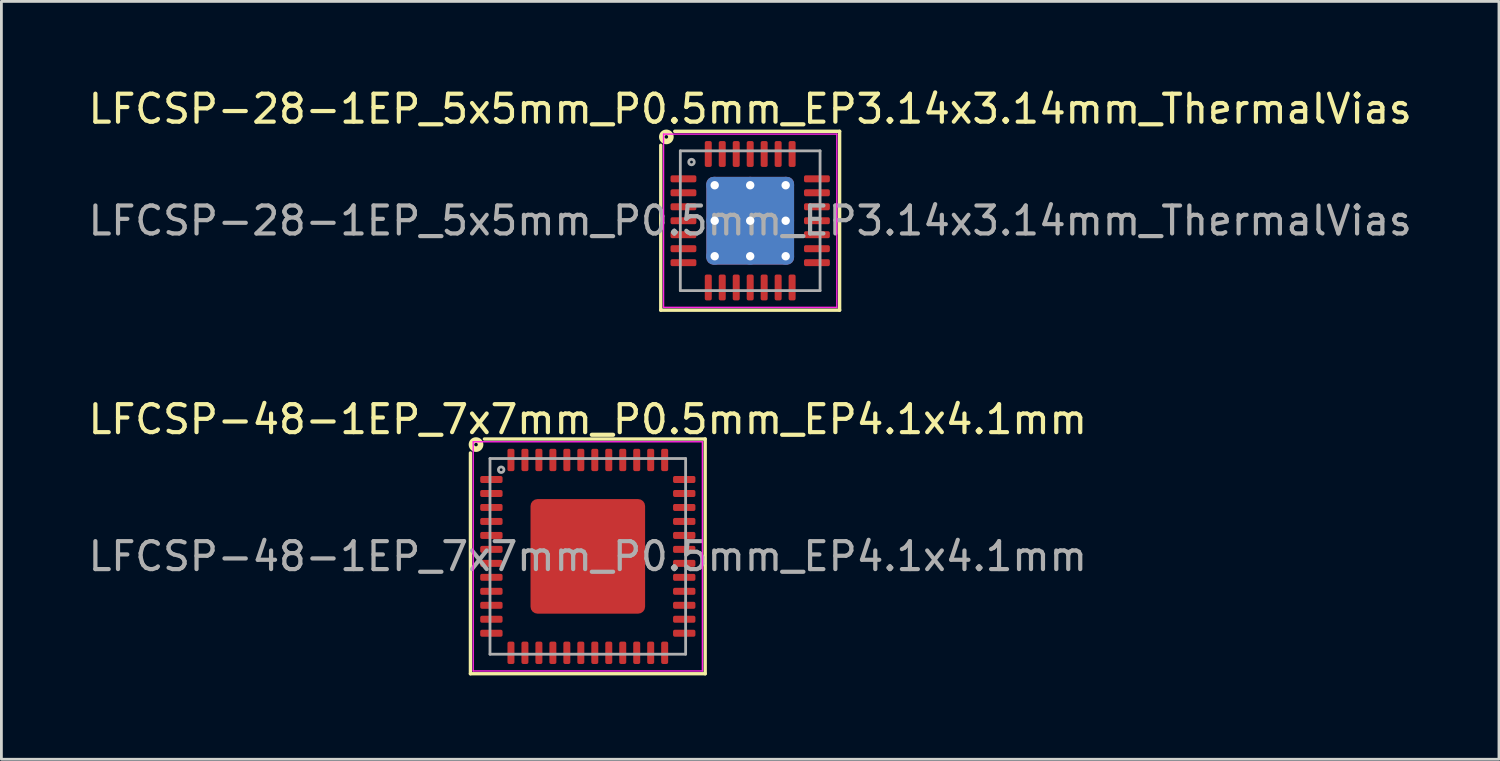
<source format=kicad_pcb>
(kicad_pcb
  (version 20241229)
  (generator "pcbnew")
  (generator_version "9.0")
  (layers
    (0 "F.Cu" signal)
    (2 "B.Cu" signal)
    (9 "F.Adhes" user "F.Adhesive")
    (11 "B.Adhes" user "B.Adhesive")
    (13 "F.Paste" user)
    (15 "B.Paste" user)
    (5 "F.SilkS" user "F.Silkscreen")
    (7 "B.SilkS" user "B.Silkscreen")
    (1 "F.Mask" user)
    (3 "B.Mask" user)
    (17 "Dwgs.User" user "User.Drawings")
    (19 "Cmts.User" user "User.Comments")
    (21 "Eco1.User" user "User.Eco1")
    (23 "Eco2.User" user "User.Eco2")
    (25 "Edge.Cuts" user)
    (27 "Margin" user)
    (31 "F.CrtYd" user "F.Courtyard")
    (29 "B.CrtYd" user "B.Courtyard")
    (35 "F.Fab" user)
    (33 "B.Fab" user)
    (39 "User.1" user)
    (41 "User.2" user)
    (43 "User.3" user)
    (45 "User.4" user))
  (footprint "LFCSP-48-1EP_7x7mm_P0.5mm_EP4.1x4.1mm"
    (layer "F.Cu")
    (at 17.982 16.857)
    (property "Reference" "LFCSP-48-1EP_7x7mm_P0.5mm_EP4.1x4.1mm" (at 0 -4.9 0) (layer "F.SilkS") (effects (font (size 1 1) (thickness 0.15))))
    (attr smd)
    (fp_line (start -4.2 4.2) (end -4.2 -3.7) (stroke (width 0.12) (type solid)) (layer "F.SilkS"))
    (fp_line (start 4.2 -4.2) (end -3.7 -4.2) (stroke (width 0.12) (type solid)) (layer "F.SilkS"))
    (fp_line (start 4.2 -4.2) (end 4.2 4.2) (stroke (width 0.12) (type solid)) (layer "F.SilkS"))
    (fp_line (start 4.2 4.2) (end -4.2 4.2) (stroke (width 0.12) (type solid)) (layer "F.SilkS"))
    (fp_circle (center -4 -4) (end -3.937 -4) (stroke (width 0.2) (type solid)) (fill no) (layer "F.SilkS"))
    (fp_line (start -4.1 -4.1) (end -4.1 4.1) (stroke (width 0.05) (type solid)) (layer "F.CrtYd"))
    (fp_line (start -4.1 4.1) (end 4.1 4.1) (stroke (width 0.05) (type solid)) (layer "F.CrtYd"))
    (fp_line (start 4.1 -4.1) (end -4.1 -4.1) (stroke (width 0.05) (type solid)) (layer "F.CrtYd"))
    (fp_line (start 4.1 4.1) (end 4.1 -4.1) (stroke (width 0.05) (type solid)) (layer "F.CrtYd"))
    (fp_line (start -3.5 -3.5) (end 3.5 -3.5) (stroke (width 0.1) (type solid)) (layer "F.Fab"))
    (fp_line (start -3.5 3.5) (end -3.5 -3.5) (stroke (width 0.1) (type solid)) (layer "F.Fab"))
    (fp_line (start 3.5 -3.5) (end 3.5 3.5) (stroke (width 0.1) (type solid)) (layer "F.Fab"))
    (fp_line (start 3.5 3.5) (end -3.5 3.5) (stroke (width 0.1) (type solid)) (layer "F.Fab"))
    (fp_circle (center -3.1 -3.1) (end -3 -3.1) (stroke (width 0.1) (type solid)) (fill no) (layer "F.Fab"))
    (fp_text user "${REFERENCE}" (at 0 0 0) (layer "F.Fab") (effects (font (size 1 1) (thickness 0.15))))
    (pad "" smd roundrect (at -1.37 -1.37) (size 1.1 1.1) (layers "F.Paste") (roundrect_rratio 0.227))
    (pad "" smd roundrect (at -1.37 0) (size 1.1 1.1) (layers "F.Paste") (roundrect_rratio 0.227))
    (pad "" smd roundrect (at -1.37 1.37) (size 1.1 1.1) (layers "F.Paste") (roundrect_rratio 0.227))
    (pad "" smd roundrect (at 0 -1.37) (size 1.1 1.1) (layers "F.Paste") (roundrect_rratio 0.227))
    (pad "" smd roundrect (at 0 0) (size 1.1 1.1) (layers "F.Paste") (roundrect_rratio 0.227))
    (pad "" smd roundrect (at 0 1.37) (size 1.1 1.1) (layers "F.Paste") (roundrect_rratio 0.227))
    (pad "" smd roundrect (at 1.37 -1.37) (size 1.1 1.1) (layers "F.Paste") (roundrect_rratio 0.227))
    (pad "" smd roundrect (at 1.37 0) (size 1.1 1.1) (layers "F.Paste") (roundrect_rratio 0.227))
    (pad "" smd roundrect (at 1.37 1.37) (size 1.1 1.1) (layers "F.Paste") (roundrect_rratio 0.227))
    (pad "1" smd roundrect (at -3.45 -2.75) (size 0.8 0.25) (layers "F.Cu" "F.Mask" "F.Paste") (roundrect_rratio 0.25))
    (pad "2" smd roundrect (at -3.45 -2.25) (size 0.8 0.25) (layers "F.Cu" "F.Mask" "F.Paste") (roundrect_rratio 0.25))
    (pad "3" smd roundrect (at -3.45 -1.75) (size 0.8 0.25) (layers "F.Cu" "F.Mask" "F.Paste") (roundrect_rratio 0.25))
    (pad "4" smd roundrect (at -3.45 -1.25) (size 0.8 0.25) (layers "F.Cu" "F.Mask" "F.Paste") (roundrect_rratio 0.25))
    (pad "5" smd roundrect (at -3.45 -0.75) (size 0.8 0.25) (layers "F.Cu" "F.Mask" "F.Paste") (roundrect_rratio 0.25))
    (pad "6" smd roundrect (at -3.45 -0.25) (size 0.8 0.25) (layers "F.Cu" "F.Mask" "F.Paste") (roundrect_rratio 0.25))
    (pad "7" smd roundrect (at -3.45 0.25) (size 0.8 0.25) (layers "F.Cu" "F.Mask" "F.Paste") (roundrect_rratio 0.25))
    (pad "8" smd roundrect (at -3.45 0.75) (size 0.8 0.25) (layers "F.Cu" "F.Mask" "F.Paste") (roundrect_rratio 0.25))
    (pad "9" smd roundrect (at -3.45 1.25) (size 0.8 0.25) (layers "F.Cu" "F.Mask" "F.Paste") (roundrect_rratio 0.25))
    (pad "10" smd roundrect (at -3.45 1.75) (size 0.8 0.25) (layers "F.Cu" "F.Mask" "F.Paste") (roundrect_rratio 0.25))
    (pad "11" smd roundrect (at -3.45 2.25) (size 0.8 0.25) (layers "F.Cu" "F.Mask" "F.Paste") (roundrect_rratio 0.25))
    (pad "12" smd roundrect (at -3.45 2.75) (size 0.8 0.25) (layers "F.Cu" "F.Mask" "F.Paste") (roundrect_rratio 0.25))
    (pad "13" smd roundrect (at -2.75 3.45) (size 0.25 0.8) (layers "F.Cu" "F.Mask" "F.Paste") (roundrect_rratio 0.25))
    (pad "14" smd roundrect (at -2.25 3.45) (size 0.25 0.8) (layers "F.Cu" "F.Mask" "F.Paste") (roundrect_rratio 0.25))
    (pad "15" smd roundrect (at -1.75 3.45) (size 0.25 0.8) (layers "F.Cu" "F.Mask" "F.Paste") (roundrect_rratio 0.25))
    (pad "16" smd roundrect (at -1.25 3.45) (size 0.25 0.8) (layers "F.Cu" "F.Mask" "F.Paste") (roundrect_rratio 0.25))
    (pad "17" smd roundrect (at -0.75 3.45) (size 0.25 0.8) (layers "F.Cu" "F.Mask" "F.Paste") (roundrect_rratio 0.25))
    (pad "18" smd roundrect (at -0.25 3.45) (size 0.25 0.8) (layers "F.Cu" "F.Mask" "F.Paste") (roundrect_rratio 0.25))
    (pad "19" smd roundrect (at 0.25 3.45) (size 0.25 0.8) (layers "F.Cu" "F.Mask" "F.Paste") (roundrect_rratio 0.25))
    (pad "20" smd roundrect (at 0.75 3.45) (size 0.25 0.8) (layers "F.Cu" "F.Mask" "F.Paste") (roundrect_rratio 0.25))
    (pad "21" smd roundrect (at 1.25 3.45) (size 0.25 0.8) (layers "F.Cu" "F.Mask" "F.Paste") (roundrect_rratio 0.25))
    (pad "22" smd roundrect (at 1.75 3.45) (size 0.25 0.8) (layers "F.Cu" "F.Mask" "F.Paste") (roundrect_rratio 0.25))
    (pad "23" smd roundrect (at 2.25 3.45) (size 0.25 0.8) (layers "F.Cu" "F.Mask" "F.Paste") (roundrect_rratio 0.25))
    (pad "24" smd roundrect (at 2.75 3.45) (size 0.25 0.8) (layers "F.Cu" "F.Mask" "F.Paste") (roundrect_rratio 0.25))
    (pad "25" smd roundrect (at 3.45 2.75) (size 0.8 0.25) (layers "F.Cu" "F.Mask" "F.Paste") (roundrect_rratio 0.25))
    (pad "26" smd roundrect (at 3.45 2.25) (size 0.8 0.25) (layers "F.Cu" "F.Mask" "F.Paste") (roundrect_rratio 0.25))
    (pad "27" smd roundrect (at 3.45 1.75) (size 0.8 0.25) (layers "F.Cu" "F.Mask" "F.Paste") (roundrect_rratio 0.25))
    (pad "28" smd roundrect (at 3.45 1.25) (size 0.8 0.25) (layers "F.Cu" "F.Mask" "F.Paste") (roundrect_rratio 0.25))
    (pad "29" smd roundrect (at 3.45 0.75) (size 0.8 0.25) (layers "F.Cu" "F.Mask" "F.Paste") (roundrect_rratio 0.25))
    (pad "30" smd roundrect (at 3.45 0.25) (size 0.8 0.25) (layers "F.Cu" "F.Mask" "F.Paste") (roundrect_rratio 0.25))
    (pad "31" smd roundrect (at 3.45 -0.25) (size 0.8 0.25) (layers "F.Cu" "F.Mask" "F.Paste") (roundrect_rratio 0.25))
    (pad "32" smd roundrect (at 3.45 -0.75) (size 0.8 0.25) (layers "F.Cu" "F.Mask" "F.Paste") (roundrect_rratio 0.25))
    (pad "33" smd roundrect (at 3.45 -1.25) (size 0.8 0.25) (layers "F.Cu" "F.Mask" "F.Paste") (roundrect_rratio 0.25))
    (pad "34" smd roundrect (at 3.45 -1.75) (size 0.8 0.25) (layers "F.Cu" "F.Mask" "F.Paste") (roundrect_rratio 0.25))
    (pad "35" smd roundrect (at 3.45 -2.25) (size 0.8 0.25) (layers "F.Cu" "F.Mask" "F.Paste") (roundrect_rratio 0.25))
    (pad "36" smd roundrect (at 3.45 -2.75) (size 0.8 0.25) (layers "F.Cu" "F.Mask" "F.Paste") (roundrect_rratio 0.25))
    (pad "37" smd roundrect (at 2.75 -3.45) (size 0.25 0.8) (layers "F.Cu" "F.Mask" "F.Paste") (roundrect_rratio 0.25))
    (pad "38" smd roundrect (at 2.25 -3.45) (size 0.25 0.8) (layers "F.Cu" "F.Mask" "F.Paste") (roundrect_rratio 0.25))
    (pad "39" smd roundrect (at 1.75 -3.45) (size 0.25 0.8) (layers "F.Cu" "F.Mask" "F.Paste") (roundrect_rratio 0.25))
    (pad "40" smd roundrect (at 1.25 -3.45) (size 0.25 0.8) (layers "F.Cu" "F.Mask" "F.Paste") (roundrect_rratio 0.25))
    (pad "41" smd roundrect (at 0.75 -3.45) (size 0.25 0.8) (layers "F.Cu" "F.Mask" "F.Paste") (roundrect_rratio 0.25))
    (pad "42" smd roundrect (at 0.25 -3.45) (size 0.25 0.8) (layers "F.Cu" "F.Mask" "F.Paste") (roundrect_rratio 0.25))
    (pad "43" smd roundrect (at -0.25 -3.45) (size 0.25 0.8) (layers "F.Cu" "F.Mask" "F.Paste") (roundrect_rratio 0.25))
    (pad "44" smd roundrect (at -0.75 -3.45) (size 0.25 0.8) (layers "F.Cu" "F.Mask" "F.Paste") (roundrect_rratio 0.25))
    (pad "45" smd roundrect (at -1.25 -3.45) (size 0.25 0.8) (layers "F.Cu" "F.Mask" "F.Paste") (roundrect_rratio 0.25))
    (pad "46" smd roundrect (at -1.75 -3.45) (size 0.25 0.8) (layers "F.Cu" "F.Mask" "F.Paste") (roundrect_rratio 0.25))
    (pad "47" smd roundrect (at -2.25 -3.45) (size 0.25 0.8) (layers "F.Cu" "F.Mask" "F.Paste") (roundrect_rratio 0.25))
    (pad "48" smd roundrect (at -2.75 -3.45) (size 0.25 0.8) (layers "F.Cu" "F.Mask" "F.Paste") (roundrect_rratio 0.25))
    (pad "49" smd roundrect (at 0 0) (size 4.1 4.1) (layers "F.Cu" "F.Mask") (roundrect_rratio 0.061)))
  (footprint "LFCSP-28-1EP_5x5mm_P0.5mm_EP3.14x3.14mm_ThermalVias"
    (layer "F.Cu")
    (at 23.792 4.848)
    (property "Reference" "LFCSP-28-1EP_5x5mm_P0.5mm_EP3.14x3.14mm_ThermalVias" (at 0 -4 0) (layer "F.SilkS") (effects (font (size 1 1) (thickness 0.15))))
    (attr smd)
    (fp_line (start -3.2 3.2) (end -3.2 -2.7) (stroke (width 0.12) (type solid)) (layer "F.SilkS"))
    (fp_line (start 3.2 -3.2) (end -2.7 -3.2) (stroke (width 0.12) (type solid)) (layer "F.SilkS"))
    (fp_line (start 3.2 -3.2) (end 3.2 3.2) (stroke (width 0.12) (type solid)) (layer "F.SilkS"))
    (fp_line (start 3.2 3.2) (end -3.2 3.2) (stroke (width 0.12) (type solid)) (layer "F.SilkS"))
    (fp_circle (center -3 -3) (end -2.937 -3) (stroke (width 0.2) (type solid)) (fill no) (layer "F.SilkS"))
    (fp_line (start -3.1 -3.1) (end -3.1 3.1) (stroke (width 0.05) (type solid)) (layer "F.CrtYd"))
    (fp_line (start -3.1 3.1) (end 3.1 3.1) (stroke (width 0.05) (type solid)) (layer "F.CrtYd"))
    (fp_line (start 3.1 -3.1) (end -3.1 -3.1) (stroke (width 0.05) (type solid)) (layer "F.CrtYd"))
    (fp_line (start 3.1 3.1) (end 3.1 -3.1) (stroke (width 0.05) (type solid)) (layer "F.CrtYd"))
    (fp_line (start -2.5 -2.5) (end 2.5 -2.5) (stroke (width 0.1) (type solid)) (layer "F.Fab"))
    (fp_line (start -2.5 2.5) (end -2.5 -2.5) (stroke (width 0.1) (type solid)) (layer "F.Fab"))
    (fp_line (start 2.5 -2.5) (end 2.5 2.5) (stroke (width 0.1) (type solid)) (layer "F.Fab"))
    (fp_line (start 2.5 2.5) (end -2.5 2.5) (stroke (width 0.1) (type solid)) (layer "F.Fab"))
    (fp_circle (center -2.1 -2.1) (end -2 -2.1) (stroke (width 0.1) (type solid)) (fill no) (layer "F.Fab"))
    (fp_text user "${REFERENCE}" (at 0 0 0) (layer "F.Fab") (effects (font (size 1 1) (thickness 0.15))))
    (pad "" smd roundrect (at -0.785 -0.785) (size 1.31 1.31) (layers "F.Paste") (roundrect_rratio 0.191))
    (pad "" smd roundrect (at -0.785 0.785) (size 1.31 1.31) (layers "F.Paste") (roundrect_rratio 0.191))
    (pad "" smd roundrect (at 0.785 -0.785) (size 1.31 1.31) (layers "F.Paste") (roundrect_rratio 0.191))
    (pad "" smd roundrect (at 0.785 0.785) (size 1.31 1.31) (layers "F.Paste") (roundrect_rratio 0.191))
    (pad "1" smd roundrect (at -2.388 -1.5) (size 0.925 0.25) (layers "F.Cu" "F.Mask" "F.Paste") (roundrect_rratio 0.25))
    (pad "2" smd roundrect (at -2.388 -1) (size 0.925 0.25) (layers "F.Cu" "F.Mask" "F.Paste") (roundrect_rratio 0.25))
    (pad "3" smd roundrect (at -2.388 -0.5) (size 0.925 0.25) (layers "F.Cu" "F.Mask" "F.Paste") (roundrect_rratio 0.25))
    (pad "4" smd roundrect (at -2.388 0) (size 0.925 0.25) (layers "F.Cu" "F.Mask" "F.Paste") (roundrect_rratio 0.25))
    (pad "5" smd roundrect (at -2.388 0.5) (size 0.925 0.25) (layers "F.Cu" "F.Mask" "F.Paste") (roundrect_rratio 0.25))
    (pad "6" smd roundrect (at -2.388 1) (size 0.925 0.25) (layers "F.Cu" "F.Mask" "F.Paste") (roundrect_rratio 0.25))
    (pad "7" smd roundrect (at -2.388 1.5) (size 0.925 0.25) (layers "F.Cu" "F.Mask" "F.Paste") (roundrect_rratio 0.25))
    (pad "8" smd roundrect (at -1.5 2.388) (size 0.25 0.925) (layers "F.Cu" "F.Mask" "F.Paste") (roundrect_rratio 0.25))
    (pad "9" smd roundrect (at -1 2.388) (size 0.25 0.925) (layers "F.Cu" "F.Mask" "F.Paste") (roundrect_rratio 0.25))
    (pad "10" smd roundrect (at -0.5 2.388) (size 0.25 0.925) (layers "F.Cu" "F.Mask" "F.Paste") (roundrect_rratio 0.25))
    (pad "11" smd roundrect (at 0 2.388) (size 0.25 0.925) (layers "F.Cu" "F.Mask" "F.Paste") (roundrect_rratio 0.25))
    (pad "12" smd roundrect (at 0.5 2.388) (size 0.25 0.925) (layers "F.Cu" "F.Mask" "F.Paste") (roundrect_rratio 0.25))
    (pad "13" smd roundrect (at 1 2.388) (size 0.25 0.925) (layers "F.Cu" "F.Mask" "F.Paste") (roundrect_rratio 0.25))
    (pad "14" smd roundrect (at 1.5 2.388) (size 0.25 0.925) (layers "F.Cu" "F.Mask" "F.Paste") (roundrect_rratio 0.25))
    (pad "15" smd roundrect (at 2.388 1.5) (size 0.925 0.25) (layers "F.Cu" "F.Mask" "F.Paste") (roundrect_rratio 0.25))
    (pad "16" smd roundrect (at 2.388 1) (size 0.925 0.25) (layers "F.Cu" "F.Mask" "F.Paste") (roundrect_rratio 0.25))
    (pad "17" smd roundrect (at 2.388 0.5) (size 0.925 0.25) (layers "F.Cu" "F.Mask" "F.Paste") (roundrect_rratio 0.25))
    (pad "18" smd roundrect (at 2.388 0) (size 0.925 0.25) (layers "F.Cu" "F.Mask" "F.Paste") (roundrect_rratio 0.25))
    (pad "19" smd roundrect (at 2.388 -0.5) (size 0.925 0.25) (layers "F.Cu" "F.Mask" "F.Paste") (roundrect_rratio 0.25))
    (pad "20" smd roundrect (at 2.388 -1) (size 0.925 0.25) (layers "F.Cu" "F.Mask" "F.Paste") (roundrect_rratio 0.25))
    (pad "21" smd roundrect (at 2.388 -1.5) (size 0.925 0.25) (layers "F.Cu" "F.Mask" "F.Paste") (roundrect_rratio 0.25))
    (pad "22" smd roundrect (at 1.5 -2.388) (size 0.25 0.925) (layers "F.Cu" "F.Mask" "F.Paste") (roundrect_rratio 0.25))
    (pad "23" smd roundrect (at 1 -2.388) (size 0.25 0.925) (layers "F.Cu" "F.Mask" "F.Paste") (roundrect_rratio 0.25))
    (pad "24" smd roundrect (at 0.5 -2.388) (size 0.25 0.925) (layers "F.Cu" "F.Mask" "F.Paste") (roundrect_rratio 0.25))
    (pad "25" smd roundrect (at 0 -2.388) (size 0.25 0.925) (layers "F.Cu" "F.Mask" "F.Paste") (roundrect_rratio 0.25))
    (pad "26" smd roundrect (at -0.5 -2.388) (size 0.25 0.925) (layers "F.Cu" "F.Mask" "F.Paste") (roundrect_rratio 0.25))
    (pad "27" smd roundrect (at -1 -2.388) (size 0.25 0.925) (layers "F.Cu" "F.Mask" "F.Paste") (roundrect_rratio 0.25))
    (pad "28" smd roundrect (at -1.5 -2.388) (size 0.25 0.925) (layers "F.Cu" "F.Mask" "F.Paste") (roundrect_rratio 0.25))
    (pad "29" thru_hole circle (at -1.27 -1.27) (size 0.6 0.6) (drill 0.3) (property pad_prop_heatsink) (layers "*.Cu"))
    (pad "29" thru_hole circle (at -1.27 0) (size 0.6 0.6) (drill 0.3) (property pad_prop_heatsink) (layers "*.Cu"))
    (pad "29" thru_hole circle (at -1.27 1.27) (size 0.6 0.6) (drill 0.3) (property pad_prop_heatsink) (layers "*.Cu"))
    (pad "29" thru_hole circle (at 0 -1.27) (size 0.6 0.6) (drill 0.3) (property pad_prop_heatsink) (layers "*.Cu"))
    (pad "29" thru_hole circle (at 0 0) (size 0.6 0.6) (drill 0.3) (property pad_prop_heatsink) (layers "*.Cu"))
    (pad "29" smd roundrect (at 0 0) (size 3.14 3.14) (layers "F.Cu" "F.Mask") (roundrect_rratio 0.08))
    (pad "29" smd roundrect (at 0 0) (size 3.14 3.14) (layers "B.Cu" "B.Mask") (roundrect_rratio 0.08))
    (pad "29" thru_hole circle (at 0 1.27) (size 0.6 0.6) (drill 0.3) (property pad_prop_heatsink) (layers "*.Cu"))
    (pad "29" thru_hole circle (at 1.27 -1.27) (size 0.6 0.6) (drill 0.3) (property pad_prop_heatsink) (layers "*.Cu"))
    (pad "29" thru_hole circle (at 1.27 0) (size 0.6 0.6) (drill 0.3) (property pad_prop_heatsink) (layers "*.Cu"))
    (pad "29" thru_hole circle (at 1.27 1.27) (size 0.6 0.6) (drill 0.3) (property pad_prop_heatsink) (layers "*.Cu")))
  (gr_rect
    (start -3 -3)
    (end 50.583 24.116)
    (stroke (width 0.1) (type default))
    (fill no)
    (layer "Edge.Cuts")))
</source>
